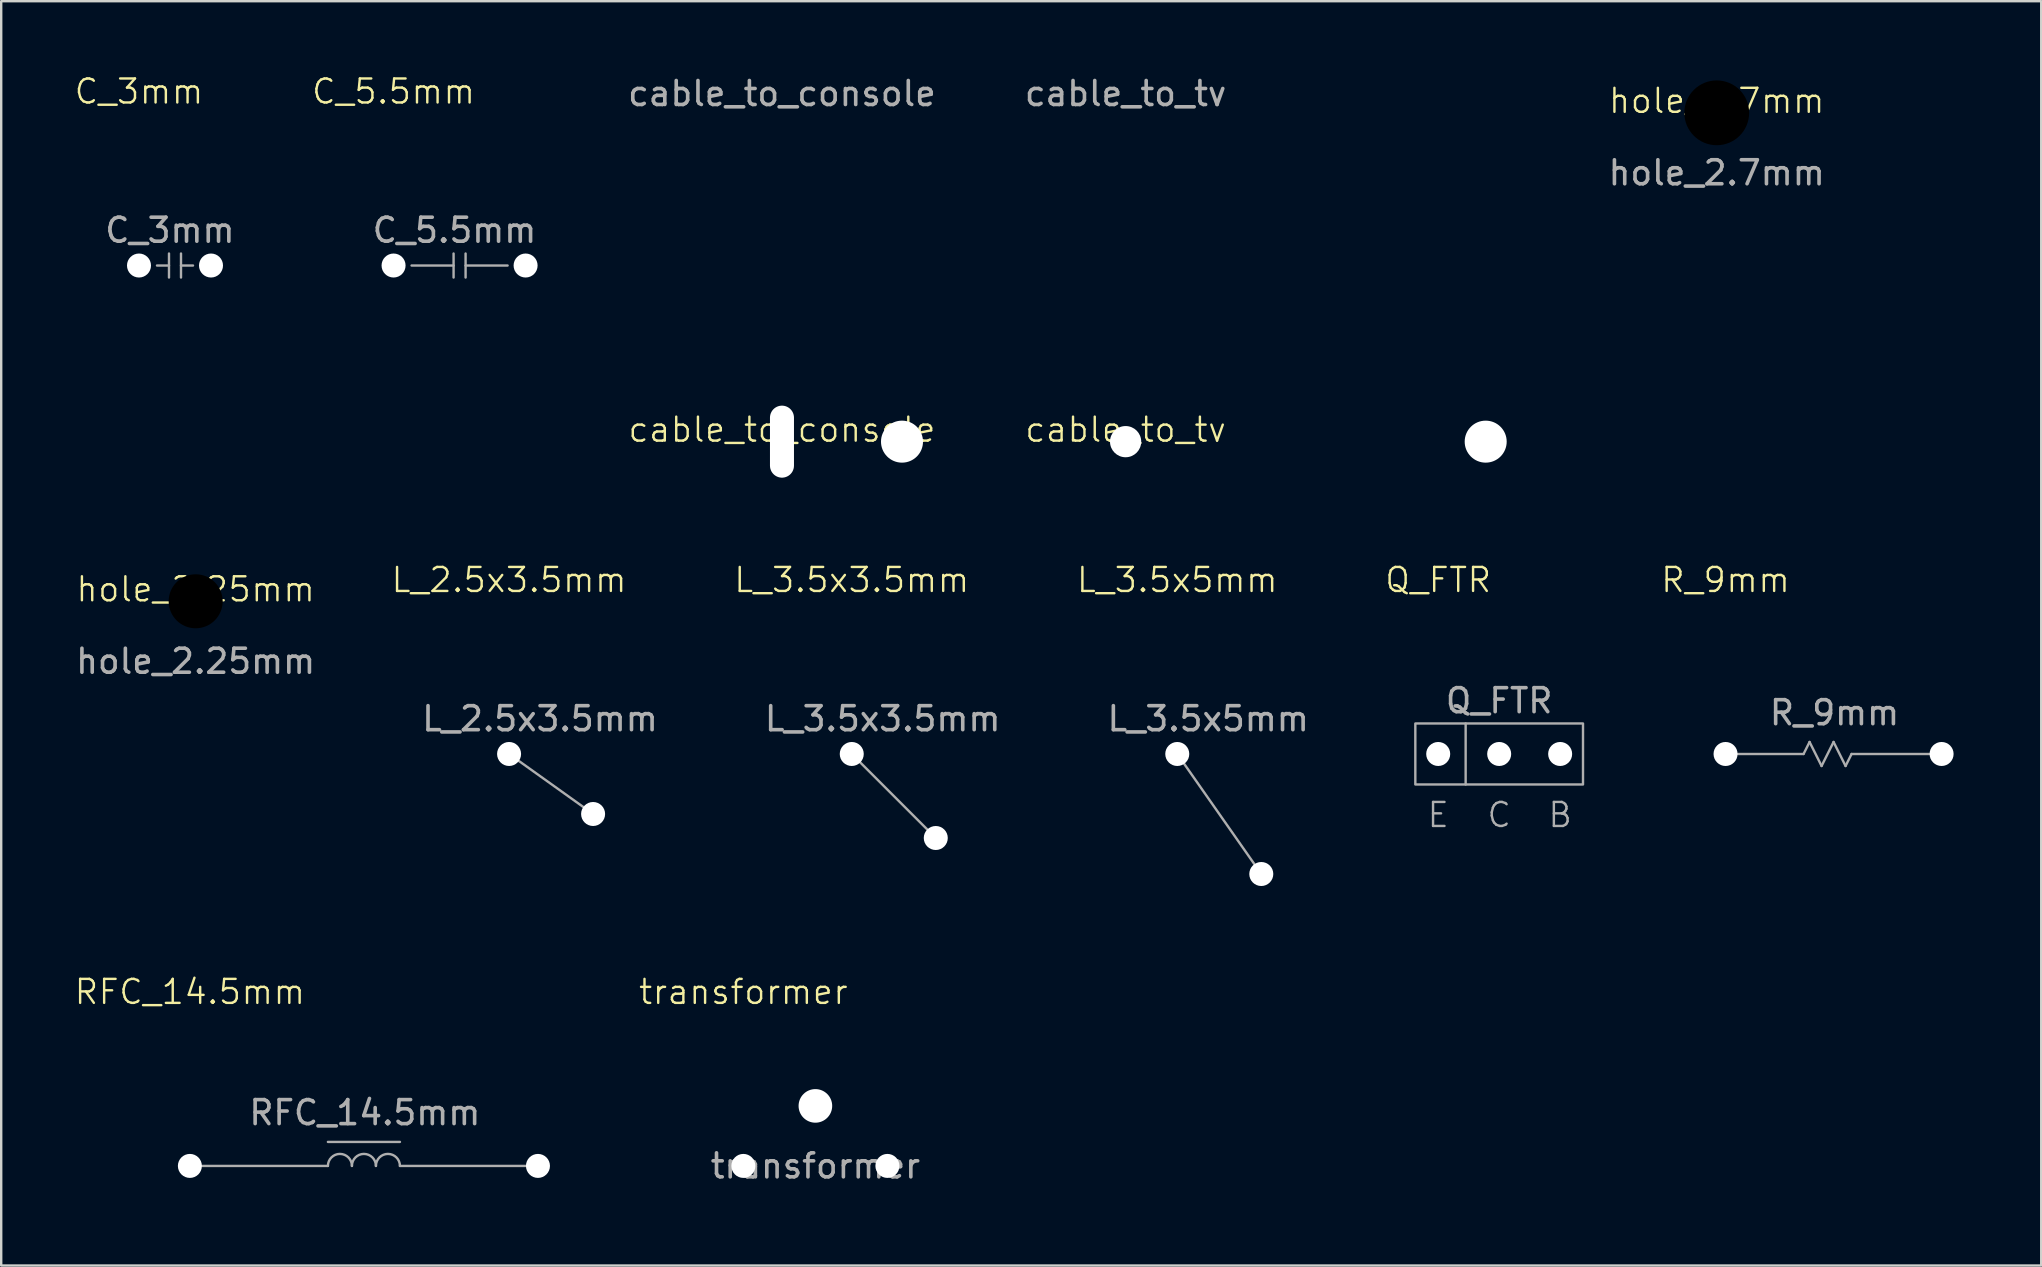
<source format=kicad_pcb>
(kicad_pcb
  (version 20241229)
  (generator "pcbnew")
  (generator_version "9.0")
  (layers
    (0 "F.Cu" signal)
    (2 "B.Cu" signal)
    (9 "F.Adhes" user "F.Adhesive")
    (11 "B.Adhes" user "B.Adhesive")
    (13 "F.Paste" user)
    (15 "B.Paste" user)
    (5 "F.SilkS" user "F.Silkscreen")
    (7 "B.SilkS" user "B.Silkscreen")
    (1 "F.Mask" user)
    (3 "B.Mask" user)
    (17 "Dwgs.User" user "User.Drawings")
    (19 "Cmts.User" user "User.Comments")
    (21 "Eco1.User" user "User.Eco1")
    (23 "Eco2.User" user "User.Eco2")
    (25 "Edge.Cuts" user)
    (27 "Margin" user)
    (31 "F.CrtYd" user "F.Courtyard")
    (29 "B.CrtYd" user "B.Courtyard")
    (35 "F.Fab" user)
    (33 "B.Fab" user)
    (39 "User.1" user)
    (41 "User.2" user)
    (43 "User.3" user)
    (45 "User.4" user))
  (footprint "L_3.5x3.5mm"
    (layer "F.Cu")
    (at 32.432 28.359)
    (property "Reference" "L_3.5x3.5mm" (at 0 -7.25 0) (unlocked yes) (layer "F.SilkS") (effects (font (size 1 1) (thickness 0.1))))
    (attr through_hole)
    (fp_line (start 0 0) (end 3.5 3.5) (stroke (width 0.1) (type default)) (layer "F.Fab"))
    (fp_text user "${REFERENCE}" (at 1.29 -1.468 0) (unlocked yes) (layer "F.Fab") (effects (font (size 1 1) (thickness 0.15))))
    (pad "1" thru_hole circle (at 0 0) (size 2.3 2.3) (drill 1) (layers "*.Cu" "B.Mask") (remove_unused_layers yes) (zone_layer_connections))
    (pad "2" thru_hole circle (at 3.5 3.5) (size 2.3 2.3) (drill 1) (layers "*.Cu" "B.Mask") (remove_unused_layers yes) (zone_layer_connections)))
  (footprint "L_3.5x5mm"
    (layer "F.Cu")
    (at 45.992 28.359)
    (property "Reference" "L_3.5x5mm" (at 0 -7.25 0) (unlocked yes) (layer "F.SilkS") (effects (font (size 1 1) (thickness 0.1))))
    (attr through_hole)
    (fp_line (start 0 0) (end 3.5 5) (stroke (width 0.1) (type default)) (layer "F.Fab"))
    (fp_text user "${REFERENCE}" (at 1.29 -1.468 0) (unlocked yes) (layer "F.Fab") (effects (font (size 1 1) (thickness 0.15))))
    (pad "1" thru_hole circle (at 0 0) (size 2.3 2.3) (drill 1) (layers "*.Cu" "B.Mask") (remove_unused_layers yes) (zone_layer_connections))
    (pad "2" thru_hole circle (at 3.5 5) (size 2.3 2.3) (drill 1) (layers "*.Cu" "B.Mask") (remove_unused_layers yes) (zone_layer_connections)))
  (footprint "hole_2.7mm"
    (layer "F.Cu")
    (at 68.465 1.65)
    (property "Reference" "hole_2.7mm" (at 0 -0.5 0) (unlocked yes) (layer "F.SilkS") (effects (font (size 1 1) (thickness 0.1))))
    (attr through_hole)
    (fp_text user "${REFERENCE}" (at 0 2.5 0) (unlocked yes) (layer "F.Fab") (effects (font (size 1 1) (thickness 0.15))))
    (pad "" np_thru_hole circle (at 0 0) (size 3.3 3.3) (drill 2.7) (layers "B.Mask")))
  (footprint "cable_to_tv"
    (layer "F.Cu")
    (at 43.84 15.348)
    (property "Reference" "cable_to_tv" (at 0 -0.5 0) (unlocked yes) (layer "F.SilkS") (effects (font (size 1 1) (thickness 0.1))))
    (attr through_hole)
    (fp_text user "${REFERENCE}" (at 0 -14.5 0) (unlocked yes) (layer "F.Fab") (effects (font (size 1 1) (thickness 0.15))))
    (pad "1" thru_hole circle (at 0 0) (size 2 2) (drill 1.3) (layers "*.Cu" "B.Mask") (remove_unused_layers yes) (zone_layer_connections))
    (pad "2" thru_hole circle (at 15 0) (size 4 4) (drill 1.75) (layers "*.Cu" "B.Mask") (remove_unused_layers yes) (zone_layer_connections)))
  (footprint "Q_FTR"
    (layer "F.Cu")
    (at 56.862 28.359)
    (property "Reference" "Q_FTR" (at 0 -7.25 0) (unlocked yes) (layer "F.SilkS") (effects (font (size 1 1) (thickness 0.1))))
    (attr through_hole)
    (fp_line (start 1.143 -1.27) (end 1.143 1.27) (stroke (width 0.1) (type default)) (layer "F.Fab"))
    (fp_rect (start -0.953 -1.27) (end 6.032 1.27) (stroke (width 0.1) (type default)) (fill no) (layer "F.Fab"))
    (fp_text user "${REFERENCE}" (at 2.54 -2.218 0) (unlocked yes) (layer "F.Fab") (effects (font (size 1 1) (thickness 0.15))))
    (fp_text user "B" (at 5.08 2.54 0) (unlocked yes) (layer "F.Fab") (effects (font (size 1 1) (thickness 0.1))))
    (fp_text user "C" (at 2.54 2.54 0) (unlocked yes) (layer "F.Fab") (effects (font (size 1 1) (thickness 0.1))))
    (fp_text user "E" (at 0 2.54 0) (unlocked yes) (layer "F.Fab") (effects (font (size 1 1) (thickness 0.1))))
    (pad "B" thru_hole circle (at 5.08 0) (size 2.3 2.3) (drill 1) (layers "*.Cu" "B.Mask") (remove_unused_layers yes) (zone_layer_connections))
    (pad "C" thru_hole circle (at 2.54 0) (size 2.3 2.3) (drill 1) (layers "*.Cu" "B.Mask") (remove_unused_layers yes) (zone_layer_connections))
    (pad "E" thru_hole circle (at 0 0) (size 2.3 2.3) (drill 1) (layers "*.Cu" "B.Mask") (remove_unused_layers yes) (zone_layer_connections)))
  (footprint "R_9mm"
    (layer "F.Cu")
    (at 68.832 28.359)
    (property "Reference" "R_9mm" (at 0 -7.25 0) (unlocked yes) (layer "F.SilkS") (effects (font (size 1 1) (thickness 0.1))))
    (attr through_hole)
    (fp_line (start 3.25 0) (end 0.5 0) (stroke (width 0.1) (type default)) (layer "F.Fab"))
    (fp_line (start 3.25 0) (end 3.5 -0.5) (stroke (width 0.1) (type default)) (layer "F.Fab"))
    (fp_line (start 3.5 -0.5) (end 4 0.5) (stroke (width 0.1) (type default)) (layer "F.Fab"))
    (fp_line (start 4 0.5) (end 4.5 -0.5) (stroke (width 0.1) (type default)) (layer "F.Fab"))
    (fp_line (start 4.5 -0.5) (end 5 0.5) (stroke (width 0.1) (type default)) (layer "F.Fab"))
    (fp_line (start 5 0.5) (end 5.25 0) (stroke (width 0.1) (type default)) (layer "F.Fab"))
    (fp_line (start 5.25 0) (end 8.5 0) (stroke (width 0.1) (type default)) (layer "F.Fab"))
    (fp_text user "${REFERENCE}" (at 4.54 -1.718 0) (unlocked yes) (layer "F.Fab") (effects (font (size 1 1) (thickness 0.15))))
    (pad "1" thru_hole circle (at 0 0) (size 2.3 2.3) (drill 1) (layers "*.Cu" "B.Mask") (remove_unused_layers yes) (zone_layer_connections))
    (pad "2" thru_hole circle (at 9 0) (size 2.3 2.3) (drill 1) (layers "*.Cu" "B.Mask") (remove_unused_layers yes) (zone_layer_connections)))
  (footprint "RFC_14.5mm"
    (layer "F.Cu")
    (at 4.86 45.519)
    (property "Reference" "RFC_14.5mm" (at 0 -7.25 0) (unlocked yes) (layer "F.SilkS") (effects (font (size 1 1) (thickness 0.1))))
    (attr through_hole)
    (fp_line (start 5.75 -1) (end 8.75 -1) (stroke (width 0.1) (type default)) (layer "F.Fab"))
    (fp_line (start 5.75 0) (end 0.5 0) (stroke (width 0.1) (type default)) (layer "F.Fab"))
    (fp_line (start 8.75 0) (end 14 0) (stroke (width 0.1) (type default)) (layer "F.Fab"))
    (fp_arc (start 5.75 0) (mid 6.25 -0.5) (end 6.75 0) (stroke (width 0.1) (type default)) (layer "F.Fab"))
    (fp_arc (start 6.75 0) (mid 7.25 -0.5) (end 7.75 0) (stroke (width 0.1) (type default)) (layer "F.Fab"))
    (fp_arc (start 7.75 0) (mid 8.25 -0.5) (end 8.75 0) (stroke (width 0.1) (type default)) (layer "F.Fab"))
    (fp_text user "${REFERENCE}" (at 7.29 -2.218 0) (unlocked yes) (layer "F.Fab") (effects (font (size 1 1) (thickness 0.15))))
    (pad "1" thru_hole circle (at 0 0) (size 2.3 2.3) (drill 1) (layers "*.Cu" "B.Mask") (remove_unused_layers yes) (zone_layer_connections))
    (pad "2" thru_hole circle (at 14.5 0) (size 2.3 2.3) (drill 1) (layers "*.Cu" "B.Mask") (remove_unused_layers yes) (zone_layer_connections)))
  (footprint "cable_to_console"
    (layer "F.Cu")
    (at 29.525 15.348)
    (property "Reference" "cable_to_console" (at 0 -0.5 0) (unlocked yes) (layer "F.SilkS") (effects (font (size 1 1) (thickness 0.1))))
    (attr through_hole)
    (fp_text user "${REFERENCE}" (at 0 -14.5 0) (unlocked yes) (layer "F.Fab") (effects (font (size 1 1) (thickness 0.15))))
    (pad "1" thru_hole oval (at 0 0) (size 1.5 3.5) (drill oval 1 3) (layers "*.Cu" "B.Mask") (remove_unused_layers yes) (zone_layer_connections))
    (pad "2" thru_hole circle (at 5 0) (size 4 4) (drill 1.75) (layers "*.Cu" "B.Mask") (remove_unused_layers yes) (zone_layer_connections)))
  (footprint "transformer"
    (layer "F.Cu")
    (at 27.917 45.519)
    (property "Reference" "transformer" (at 0 -7.25 0) (unlocked yes) (layer "F.SilkS") (effects (font (size 1 1) (thickness 0.1))))
    (attr through_hole)
    (fp_text user "${REFERENCE}" (at 3 0 0) (unlocked yes) (layer "F.Fab") (effects (font (size 1 1) (thickness 0.15))))
    (pad "1" thru_hole circle (at 0 0) (size 2.3 2.3) (drill 1) (layers "*.Cu" "B.Mask") (remove_unused_layers yes) (zone_layer_connections))
    (pad "2" thru_hole circle (at 6 0) (size 2.3 2.3) (drill 1) (layers "*.Cu" "B.Mask") (remove_unused_layers yes) (zone_layer_connections))
    (pad "3" thru_hole circle (at 3 -2.5) (size 4 4) (drill 1.4) (layers "*.Cu" "B.Mask") (remove_unused_layers yes) (zone_layer_connections)))
  (footprint "C_5.5mm"
    (layer "F.Cu")
    (at 13.345 8.011)
    (property "Reference" "C_5.5mm" (at 0 -7.25 0) (unlocked yes) (layer "F.SilkS") (effects (font (size 1 1) (thickness 0.1))))
    (attr through_hole)
    (fp_line (start 2.5 -0.5) (end 2.5 0.5) (stroke (width 0.1) (type default)) (layer "F.Fab"))
    (fp_line (start 2.5 0) (end 0.75 0) (stroke (width 0.1) (type default)) (layer "F.Fab"))
    (fp_line (start 3 -0.5) (end 3 0.5) (stroke (width 0.1) (type default)) (layer "F.Fab"))
    (fp_line (start 3 0) (end 4.75 0) (stroke (width 0.1) (type default)) (layer "F.Fab"))
    (fp_text user "${REFERENCE}" (at 2.54 -1.468 0) (unlocked yes) (layer "F.Fab") (effects (font (size 1 1) (thickness 0.15))))
    (pad "1" thru_hole circle (at 0 0) (size 2.3 2.3) (drill 1) (layers "*.Cu" "B.Mask") (remove_unused_layers yes) (zone_layer_connections))
    (pad "2" thru_hole circle (at 5.5 0) (size 2.3 2.3) (drill 1) (layers "*.Cu" "B.Mask") (remove_unused_layers yes) (zone_layer_connections)))
  (footprint "C_3mm"
    (layer "F.Cu")
    (at 2.74 8.011)
    (property "Reference" "C_3mm" (at 0 -7.25 0) (unlocked yes) (layer "F.SilkS") (effects (font (size 1 1) (thickness 0.1))))
    (attr through_hole)
    (fp_line (start 1.25 -0.5) (end 1.25 0.5) (stroke (width 0.1) (type default)) (layer "F.Fab"))
    (fp_line (start 1.25 0) (end 0.75 0) (stroke (width 0.1) (type default)) (layer "F.Fab"))
    (fp_line (start 1.75 -0.5) (end 1.75 0.5) (stroke (width 0.1) (type default)) (layer "F.Fab"))
    (fp_line (start 1.75 0) (end 2.25 0) (stroke (width 0.1) (type default)) (layer "F.Fab"))
    (fp_text user "${REFERENCE}" (at 1.29 -1.468 0) (unlocked yes) (layer "F.Fab") (effects (font (size 1 1) (thickness 0.15))))
    (pad "1" thru_hole circle (at 0 0) (size 2.3 2.3) (drill 1) (layers "*.Cu" "B.Mask") (remove_unused_layers yes) (zone_layer_connections))
    (pad "2" thru_hole circle (at 3 0) (size 2.3 2.3) (drill 1) (layers "*.Cu" "B.Mask") (remove_unused_layers yes) (zone_layer_connections)))
  (footprint "L_2.5x3.5mm"
    (layer "F.Cu")
    (at 18.157 28.359)
    (property "Reference" "L_2.5x3.5mm" (at 0 -7.25 0) (unlocked yes) (layer "F.SilkS") (effects (font (size 1 1) (thickness 0.1))))
    (attr through_hole)
    (fp_line (start 0 0) (end 3.5 2.5) (stroke (width 0.1) (type default)) (layer "F.Fab"))
    (fp_text user "${REFERENCE}" (at 1.29 -1.468 0) (unlocked yes) (layer "F.Fab") (effects (font (size 1 1) (thickness 0.15))))
    (pad "1" thru_hole circle (at 0 0) (size 2.3 2.3) (drill 1) (layers "*.Cu" "B.Mask") (remove_unused_layers yes) (zone_layer_connections))
    (pad "2" thru_hole circle (at 3.5 2.5) (size 2.3 2.3) (drill 1) (layers "*.Cu" "B.Mask") (remove_unused_layers yes) (zone_layer_connections)))
  (footprint "hole_2.25mm"
    (layer "F.Cu")
    (at 5.101 21.998)
    (property "Reference" "hole_2.25mm" (at 0 -0.5 0) (unlocked yes) (layer "F.SilkS") (effects (font (size 1 1) (thickness 0.1))))
    (attr through_hole)
    (fp_text user "${REFERENCE}" (at 0 2.5 0) (unlocked yes) (layer "F.Fab") (effects (font (size 1 1) (thickness 0.15))))
    (pad "" np_thru_hole circle (at 0 0) (size 3.3 3.3) (drill 2.25) (layers "B.Mask")))
  (gr_rect
    (start -3 -3)
    (end 81.982 49.669)
    (stroke (width 0.1) (type default))
    (fill no)
    (layer "Edge.Cuts")))
</source>
